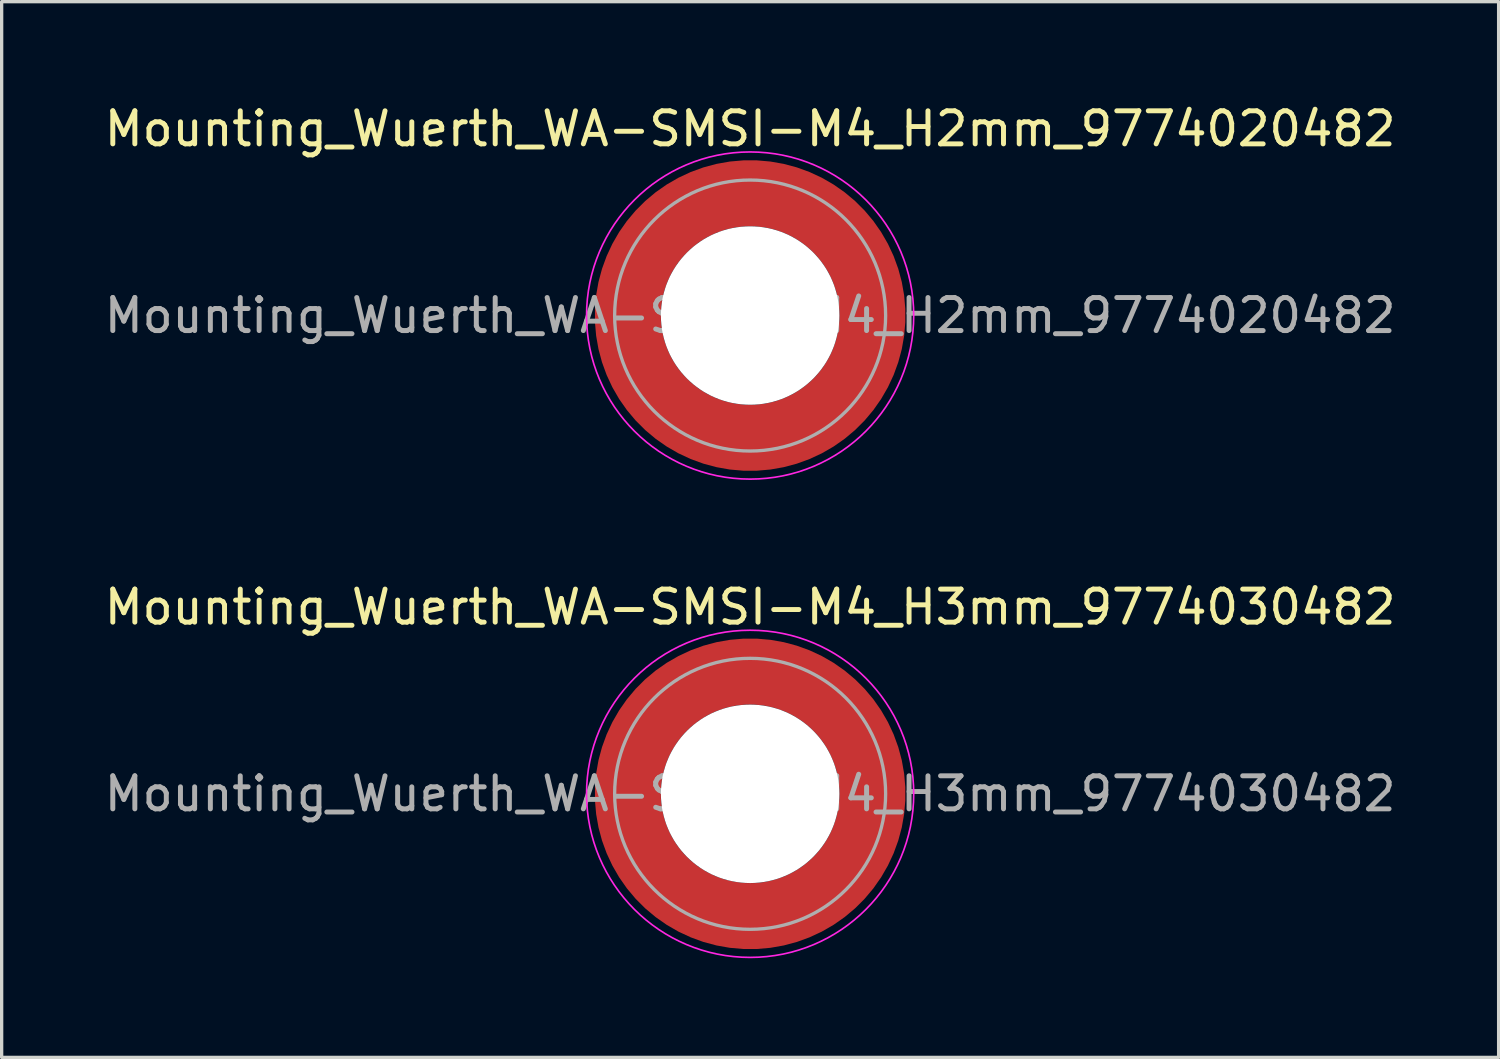
<source format=kicad_pcb>
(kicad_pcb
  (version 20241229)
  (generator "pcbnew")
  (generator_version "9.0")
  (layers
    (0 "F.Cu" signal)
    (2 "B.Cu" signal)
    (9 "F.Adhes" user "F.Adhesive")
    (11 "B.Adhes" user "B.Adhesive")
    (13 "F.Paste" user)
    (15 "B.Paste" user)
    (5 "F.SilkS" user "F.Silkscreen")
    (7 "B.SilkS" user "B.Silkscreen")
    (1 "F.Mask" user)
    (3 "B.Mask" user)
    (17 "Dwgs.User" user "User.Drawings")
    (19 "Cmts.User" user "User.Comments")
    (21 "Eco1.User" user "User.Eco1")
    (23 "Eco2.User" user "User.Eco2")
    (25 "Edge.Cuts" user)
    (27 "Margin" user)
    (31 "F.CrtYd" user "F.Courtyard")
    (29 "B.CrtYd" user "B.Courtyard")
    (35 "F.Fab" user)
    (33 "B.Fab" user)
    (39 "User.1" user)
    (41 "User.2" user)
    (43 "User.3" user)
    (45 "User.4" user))
  (footprint "Mounting_Wuerth_WA-SMSI-M4_H2mm_9774020482"
    (layer "F.Cu")
    (at 19.649 6.498)
    (property "Reference" "Mounting_Wuerth_WA-SMSI-M4_H2mm_9774020482" (at 0 -5.65 0) (layer "F.SilkS") (effects (font (size 1 1) (thickness 0.15))))
    (attr smd allow_soldermask_bridges)
    (fp_circle (center 0 0) (end 4.95 0) (stroke (width 0.05) (type solid)) (fill no) (layer "F.CrtYd"))
    (fp_circle (center 0 0) (end 4.1 0) (stroke (width 0.1) (type solid)) (fill no) (layer "F.Fab"))
    (fp_text user "${REFERENCE}" (at 0 0 0) (layer "F.Fab") (effects (font (size 1 1) (thickness 0.15))))
    (pad "" smd custom (at -2.607 -2.607) (size 0.948 0.948) (layers "F.Paste") (options (anchor circle)) (primitives (gr_arc (start -0.188183 2.107456) (mid 0.599273 0.599273) (end 2.107456 -0.188183) (width 0.2)) (gr_arc (start -0.289416 2.107456) (mid 0.52877 0.52877) (end 2.107456 -0.289416) (width 0.2)) (gr_arc (start -0.390547 2.107456) (mid 0.458268 0.458268) (end 2.107456 -0.390547) (width 0.2)) (gr_arc (start -0.491585 2.107456) (mid 0.387765 0.387765) (end 2.107456 -0.491585) (width 0.2)) (gr_arc (start -0.59254 2.107456) (mid 0.317262 0.317262) (end 2.107456 -0.59254) (width 0.2)) (gr_arc (start -0.693419 2.107456) (mid 0.246759 0.246759) (end 2.107456 -0.693419) (width 0.2)) (gr_arc (start -0.794229 2.107456) (mid 0.176257 0.176257) (end 2.107456 -0.794229) (width 0.2)) (gr_arc (start -0.894975 2.107456) (mid 0.105754 0.105754) (end 2.107456 -0.894975) (width 0.2)) (gr_arc (start -0.995664 2.107456) (mid 0.035251 0.035251) (end 2.107456 -0.995664) (width 0.2)) (gr_arc (start -1.0963 2.107456) (mid -0.035251 -0.035251) (end 2.107456 -1.0963) (width 0.2)) (gr_arc (start -1.196886 2.107456) (mid -0.105754 -0.105754) (end 2.107456 -1.196886) (width 0.2)) (gr_arc (start -1.297427 2.107456) (mid -0.176257 -0.176257) (end 2.107456 -1.297427) (width 0.2)) (gr_arc (start -1.397927 2.107456) (mid -0.246759 -0.246759) (end 2.107456 -1.397927) (width 0.2)) (gr_arc (start -1.498388 2.107456) (mid -0.317262 -0.317262) (end 2.107456 -1.498388) (width 0.2)) (gr_arc (start -1.598813 2.107456) (mid -0.387765 -0.387765) (end 2.107456 -1.598813) (width 0.2)) (gr_arc (start -1.699204 2.107456) (mid -0.458268 -0.458268) (end 2.107456 -1.699204) (width 0.2)) (gr_arc (start -1.799565 2.107456) (mid -0.52877 -0.52877) (end 2.107456 -1.799565) (width 0.2)) (gr_arc (start -1.899896 2.107456) (mid -0.599273 -0.599273) (end 2.107456 -1.899896) (width 0.2)) (gr_arc (start -1.899896 2.107456) (mid -0.599273 -0.599273) (end 2.107456 -1.899896) (width 0.2)) (gr_line (start 2.107 -0.188) (end 2.107 -1.9) (width 0.2)) (gr_line (start -0.188 2.107) (end -1.9 2.107) (width 0.2))))
    (pad "" smd custom (at -2.607 2.607) (size 0.948 0.948) (layers "F.Paste") (options (anchor circle)) (primitives (gr_arc (start 2.107456 0.188183) (mid 0.599273 -0.599273) (end -0.188183 -2.107456) (width 0.2)) (gr_arc (start 2.107456 0.289416) (mid 0.52877 -0.52877) (end -0.289416 -2.107456) (width 0.2)) (gr_arc (start 2.107456 0.390547) (mid 0.458268 -0.458268) (end -0.390547 -2.107456) (width 0.2)) (gr_arc (start 2.107456 0.491585) (mid 0.387765 -0.387765) (end -0.491585 -2.107456) (width 0.2)) (gr_arc (start 2.107456 0.59254) (mid 0.317262 -0.317262) (end -0.59254 -2.107456) (width 0.2)) (gr_arc (start 2.107456 0.693419) (mid 0.246759 -0.246759) (end -0.693419 -2.107456) (width 0.2)) (gr_arc (start 2.107456 0.794229) (mid 0.176257 -0.176257) (end -0.794229 -2.107456) (width 0.2)) (gr_arc (start 2.107456 0.894975) (mid 0.105754 -0.105754) (end -0.894975 -2.107456) (width 0.2)) (gr_arc (start 2.107456 0.995664) (mid 0.035251 -0.035251) (end -0.995664 -2.107456) (width 0.2)) (gr_arc (start 2.107456 1.0963) (mid -0.035251 0.035251) (end -1.0963 -2.107456) (width 0.2)) (gr_arc (start 2.107456 1.196886) (mid -0.105754 0.105754) (end -1.196886 -2.107456) (width 0.2)) (gr_arc (start 2.107456 1.297427) (mid -0.176257 0.176257) (end -1.297427 -2.107456) (width 0.2)) (gr_arc (start 2.107456 1.397927) (mid -0.246759 0.246759) (end -1.397927 -2.107456) (width 0.2)) (gr_arc (start 2.107456 1.498388) (mid -0.317262 0.317262) (end -1.498388 -2.107456) (width 0.2)) (gr_arc (start 2.107456 1.598813) (mid -0.387765 0.387765) (end -1.598813 -2.107456) (width 0.2)) (gr_arc (start 2.107456 1.699204) (mid -0.458268 0.458268) (end -1.699204 -2.107456) (width 0.2)) (gr_arc (start 2.107456 1.799565) (mid -0.52877 0.52877) (end -1.799565 -2.107456) (width 0.2)) (gr_arc (start 2.107456 1.899896) (mid -0.599273 0.599273) (end -1.899896 -2.107456) (width 0.2)) (gr_arc (start 2.107456 1.899896) (mid -0.599273 0.599273) (end -1.899896 -2.107456) (width 0.2)) (gr_line (start -0.188 -2.107) (end -1.9 -2.107) (width 0.2)) (gr_line (start 2.107 0.188) (end 2.107 1.9) (width 0.2))))
    (pad "" np_thru_hole circle (at 0 0) (size 5.4 5.4) (drill 5.4) (layers "*.Cu" "*.Mask"))
    (pad "" smd custom (at 2.607 -2.607) (size 0.948 0.948) (layers "F.Paste") (options (anchor circle)) (primitives (gr_arc (start -2.107456 -0.188183) (mid -0.599273 0.599273) (end 0.188183 2.107456) (width 0.2)) (gr_arc (start -2.107456 -0.289416) (mid -0.52877 0.52877) (end 0.289416 2.107456) (width 0.2)) (gr_arc (start -2.107456 -0.390547) (mid -0.458268 0.458268) (end 0.390547 2.107456) (width 0.2)) (gr_arc (start -2.107456 -0.491585) (mid -0.387765 0.387765) (end 0.491585 2.107456) (width 0.2)) (gr_arc (start -2.107456 -0.59254) (mid -0.317262 0.317262) (end 0.59254 2.107456) (width 0.2)) (gr_arc (start -2.107456 -0.693419) (mid -0.246759 0.246759) (end 0.693419 2.107456) (width 0.2)) (gr_arc (start -2.107456 -0.794229) (mid -0.176257 0.176257) (end 0.794229 2.107456) (width 0.2)) (gr_arc (start -2.107456 -0.894975) (mid -0.105754 0.105754) (end 0.894975 2.107456) (width 0.2)) (gr_arc (start -2.107456 -0.995664) (mid -0.035251 0.035251) (end 0.995664 2.107456) (width 0.2)) (gr_arc (start -2.107456 -1.0963) (mid 0.035251 -0.035251) (end 1.0963 2.107456) (width 0.2)) (gr_arc (start -2.107456 -1.196886) (mid 0.105754 -0.105754) (end 1.196886 2.107456) (width 0.2)) (gr_arc (start -2.107456 -1.297427) (mid 0.176257 -0.176257) (end 1.297427 2.107456) (width 0.2)) (gr_arc (start -2.107456 -1.397927) (mid 0.246759 -0.246759) (end 1.397927 2.107456) (width 0.2)) (gr_arc (start -2.107456 -1.498388) (mid 0.317262 -0.317262) (end 1.498388 2.107456) (width 0.2)) (gr_arc (start -2.107456 -1.598813) (mid 0.387765 -0.387765) (end 1.598813 2.107456) (width 0.2)) (gr_arc (start -2.107456 -1.699204) (mid 0.458268 -0.458268) (end 1.699204 2.107456) (width 0.2)) (gr_arc (start -2.107456 -1.799565) (mid 0.52877 -0.52877) (end 1.799565 2.107456) (width 0.2)) (gr_arc (start -2.107456 -1.899896) (mid 0.599273 -0.599273) (end 1.899896 2.107456) (width 0.2)) (gr_arc (start -2.107456 -1.899896) (mid 0.599273 -0.599273) (end 1.899896 2.107456) (width 0.2)) (gr_line (start 0.188 2.107) (end 1.9 2.107) (width 0.2)) (gr_line (start -2.107 -0.188) (end -2.107 -1.9) (width 0.2))))
    (pad "" smd custom (at 2.607 2.607) (size 0.948 0.948) (layers "F.Paste") (options (anchor circle)) (primitives (gr_arc (start 0.188183 -2.107456) (mid -0.599273 -0.599273) (end -2.107456 0.188183) (width 0.2)) (gr_arc (start 0.289416 -2.107456) (mid -0.52877 -0.52877) (end -2.107456 0.289416) (width 0.2)) (gr_arc (start 0.390547 -2.107456) (mid -0.458268 -0.458268) (end -2.107456 0.390547) (width 0.2)) (gr_arc (start 0.491585 -2.107456) (mid -0.387765 -0.387765) (end -2.107456 0.491585) (width 0.2)) (gr_arc (start 0.59254 -2.107456) (mid -0.317262 -0.317262) (end -2.107456 0.59254) (width 0.2)) (gr_arc (start 0.693419 -2.107456) (mid -0.246759 -0.246759) (end -2.107456 0.693419) (width 0.2)) (gr_arc (start 0.794229 -2.107456) (mid -0.176257 -0.176257) (end -2.107456 0.794229) (width 0.2)) (gr_arc (start 0.894975 -2.107456) (mid -0.105754 -0.105754) (end -2.107456 0.894975) (width 0.2)) (gr_arc (start 0.995664 -2.107456) (mid -0.035251 -0.035251) (end -2.107456 0.995664) (width 0.2)) (gr_arc (start 1.0963 -2.107456) (mid 0.035251 0.035251) (end -2.107456 1.0963) (width 0.2)) (gr_arc (start 1.196886 -2.107456) (mid 0.105754 0.105754) (end -2.107456 1.196886) (width 0.2)) (gr_arc (start 1.297427 -2.107456) (mid 0.176257 0.176257) (end -2.107456 1.297427) (width 0.2)) (gr_arc (start 1.397927 -2.107456) (mid 0.246759 0.246759) (end -2.107456 1.397927) (width 0.2)) (gr_arc (start 1.498388 -2.107456) (mid 0.317262 0.317262) (end -2.107456 1.498388) (width 0.2)) (gr_arc (start 1.598813 -2.107456) (mid 0.387765 0.387765) (end -2.107456 1.598813) (width 0.2)) (gr_arc (start 1.699204 -2.107456) (mid 0.458268 0.458268) (end -2.107456 1.699204) (width 0.2)) (gr_arc (start 1.799565 -2.107456) (mid 0.52877 0.52877) (end -2.107456 1.799565) (width 0.2)) (gr_arc (start 1.899896 -2.107456) (mid 0.599273 0.599273) (end -2.107456 1.899896) (width 0.2)) (gr_arc (start 1.899896 -2.107456) (mid 0.599273 0.599273) (end -2.107456 1.899896) (width 0.2)) (gr_line (start -2.107 0.188) (end -2.107 1.9) (width 0.2)) (gr_line (start 0.188 -2.107) (end 1.9 -2.107) (width 0.2))))
    (pad "1" smd circle (at -3.7 0) (size 1.492 1.492) (layers "F.Cu"))
    (pad "1" smd circle (at 0 -3.7) (size 1.492 1.492) (layers "F.Cu"))
    (pad "1" smd circle (at 0 3.7) (size 1.492 1.492) (layers "F.Cu"))
    (pad "1" smd custom (at 3.7 0) (size 2 2) (layers "F.Cu" "F.Mask") (options (anchor circle)) (primitives (gr_circle (center -3.7 0) (end 0 0) (width 2) (fill no)))))
  (footprint "Mounting_Wuerth_WA-SMSI-M4_H3mm_9774030482"
    (layer "F.Cu")
    (at 19.649 20.971)
    (property "Reference" "Mounting_Wuerth_WA-SMSI-M4_H3mm_9774030482" (at 0 -5.65 0) (layer "F.SilkS") (effects (font (size 1 1) (thickness 0.15))))
    (attr smd allow_soldermask_bridges)
    (fp_circle (center 0 0) (end 4.95 0) (stroke (width 0.05) (type solid)) (fill no) (layer "F.CrtYd"))
    (fp_circle (center 0 0) (end 4.1 0) (stroke (width 0.1) (type solid)) (fill no) (layer "F.Fab"))
    (fp_text user "${REFERENCE}" (at 0 0 0) (layer "F.Fab") (effects (font (size 1 1) (thickness 0.15))))
    (pad "" smd custom (at -2.607 -2.607) (size 0.948 0.948) (layers "F.Paste") (options (anchor circle)) (primitives (gr_arc (start -0.188183 2.107456) (mid 0.599273 0.599273) (end 2.107456 -0.188183) (width 0.2)) (gr_arc (start -0.289416 2.107456) (mid 0.52877 0.52877) (end 2.107456 -0.289416) (width 0.2)) (gr_arc (start -0.390547 2.107456) (mid 0.458268 0.458268) (end 2.107456 -0.390547) (width 0.2)) (gr_arc (start -0.491585 2.107456) (mid 0.387765 0.387765) (end 2.107456 -0.491585) (width 0.2)) (gr_arc (start -0.59254 2.107456) (mid 0.317262 0.317262) (end 2.107456 -0.59254) (width 0.2)) (gr_arc (start -0.693419 2.107456) (mid 0.246759 0.246759) (end 2.107456 -0.693419) (width 0.2)) (gr_arc (start -0.794229 2.107456) (mid 0.176257 0.176257) (end 2.107456 -0.794229) (width 0.2)) (gr_arc (start -0.894975 2.107456) (mid 0.105754 0.105754) (end 2.107456 -0.894975) (width 0.2)) (gr_arc (start -0.995664 2.107456) (mid 0.035251 0.035251) (end 2.107456 -0.995664) (width 0.2)) (gr_arc (start -1.0963 2.107456) (mid -0.035251 -0.035251) (end 2.107456 -1.0963) (width 0.2)) (gr_arc (start -1.196886 2.107456) (mid -0.105754 -0.105754) (end 2.107456 -1.196886) (width 0.2)) (gr_arc (start -1.297427 2.107456) (mid -0.176257 -0.176257) (end 2.107456 -1.297427) (width 0.2)) (gr_arc (start -1.397927 2.107456) (mid -0.246759 -0.246759) (end 2.107456 -1.397927) (width 0.2)) (gr_arc (start -1.498388 2.107456) (mid -0.317262 -0.317262) (end 2.107456 -1.498388) (width 0.2)) (gr_arc (start -1.598813 2.107456) (mid -0.387765 -0.387765) (end 2.107456 -1.598813) (width 0.2)) (gr_arc (start -1.699204 2.107456) (mid -0.458268 -0.458268) (end 2.107456 -1.699204) (width 0.2)) (gr_arc (start -1.799565 2.107456) (mid -0.52877 -0.52877) (end 2.107456 -1.799565) (width 0.2)) (gr_arc (start -1.899896 2.107456) (mid -0.599273 -0.599273) (end 2.107456 -1.899896) (width 0.2)) (gr_arc (start -1.899896 2.107456) (mid -0.599273 -0.599273) (end 2.107456 -1.899896) (width 0.2)) (gr_line (start 2.107 -0.188) (end 2.107 -1.9) (width 0.2)) (gr_line (start -0.188 2.107) (end -1.9 2.107) (width 0.2))))
    (pad "" smd custom (at -2.607 2.607) (size 0.948 0.948) (layers "F.Paste") (options (anchor circle)) (primitives (gr_arc (start 2.107456 0.188183) (mid 0.599273 -0.599273) (end -0.188183 -2.107456) (width 0.2)) (gr_arc (start 2.107456 0.289416) (mid 0.52877 -0.52877) (end -0.289416 -2.107456) (width 0.2)) (gr_arc (start 2.107456 0.390547) (mid 0.458268 -0.458268) (end -0.390547 -2.107456) (width 0.2)) (gr_arc (start 2.107456 0.491585) (mid 0.387765 -0.387765) (end -0.491585 -2.107456) (width 0.2)) (gr_arc (start 2.107456 0.59254) (mid 0.317262 -0.317262) (end -0.59254 -2.107456) (width 0.2)) (gr_arc (start 2.107456 0.693419) (mid 0.246759 -0.246759) (end -0.693419 -2.107456) (width 0.2)) (gr_arc (start 2.107456 0.794229) (mid 0.176257 -0.176257) (end -0.794229 -2.107456) (width 0.2)) (gr_arc (start 2.107456 0.894975) (mid 0.105754 -0.105754) (end -0.894975 -2.107456) (width 0.2)) (gr_arc (start 2.107456 0.995664) (mid 0.035251 -0.035251) (end -0.995664 -2.107456) (width 0.2)) (gr_arc (start 2.107456 1.0963) (mid -0.035251 0.035251) (end -1.0963 -2.107456) (width 0.2)) (gr_arc (start 2.107456 1.196886) (mid -0.105754 0.105754) (end -1.196886 -2.107456) (width 0.2)) (gr_arc (start 2.107456 1.297427) (mid -0.176257 0.176257) (end -1.297427 -2.107456) (width 0.2)) (gr_arc (start 2.107456 1.397927) (mid -0.246759 0.246759) (end -1.397927 -2.107456) (width 0.2)) (gr_arc (start 2.107456 1.498388) (mid -0.317262 0.317262) (end -1.498388 -2.107456) (width 0.2)) (gr_arc (start 2.107456 1.598813) (mid -0.387765 0.387765) (end -1.598813 -2.107456) (width 0.2)) (gr_arc (start 2.107456 1.699204) (mid -0.458268 0.458268) (end -1.699204 -2.107456) (width 0.2)) (gr_arc (start 2.107456 1.799565) (mid -0.52877 0.52877) (end -1.799565 -2.107456) (width 0.2)) (gr_arc (start 2.107456 1.899896) (mid -0.599273 0.599273) (end -1.899896 -2.107456) (width 0.2)) (gr_arc (start 2.107456 1.899896) (mid -0.599273 0.599273) (end -1.899896 -2.107456) (width 0.2)) (gr_line (start -0.188 -2.107) (end -1.9 -2.107) (width 0.2)) (gr_line (start 2.107 0.188) (end 2.107 1.9) (width 0.2))))
    (pad "" np_thru_hole circle (at 0 0) (size 5.4 5.4) (drill 5.4) (layers "*.Cu" "*.Mask"))
    (pad "" smd custom (at 2.607 -2.607) (size 0.948 0.948) (layers "F.Paste") (options (anchor circle)) (primitives (gr_arc (start -2.107456 -0.188183) (mid -0.599273 0.599273) (end 0.188183 2.107456) (width 0.2)) (gr_arc (start -2.107456 -0.289416) (mid -0.52877 0.52877) (end 0.289416 2.107456) (width 0.2)) (gr_arc (start -2.107456 -0.390547) (mid -0.458268 0.458268) (end 0.390547 2.107456) (width 0.2)) (gr_arc (start -2.107456 -0.491585) (mid -0.387765 0.387765) (end 0.491585 2.107456) (width 0.2)) (gr_arc (start -2.107456 -0.59254) (mid -0.317262 0.317262) (end 0.59254 2.107456) (width 0.2)) (gr_arc (start -2.107456 -0.693419) (mid -0.246759 0.246759) (end 0.693419 2.107456) (width 0.2)) (gr_arc (start -2.107456 -0.794229) (mid -0.176257 0.176257) (end 0.794229 2.107456) (width 0.2)) (gr_arc (start -2.107456 -0.894975) (mid -0.105754 0.105754) (end 0.894975 2.107456) (width 0.2)) (gr_arc (start -2.107456 -0.995664) (mid -0.035251 0.035251) (end 0.995664 2.107456) (width 0.2)) (gr_arc (start -2.107456 -1.0963) (mid 0.035251 -0.035251) (end 1.0963 2.107456) (width 0.2)) (gr_arc (start -2.107456 -1.196886) (mid 0.105754 -0.105754) (end 1.196886 2.107456) (width 0.2)) (gr_arc (start -2.107456 -1.297427) (mid 0.176257 -0.176257) (end 1.297427 2.107456) (width 0.2)) (gr_arc (start -2.107456 -1.397927) (mid 0.246759 -0.246759) (end 1.397927 2.107456) (width 0.2)) (gr_arc (start -2.107456 -1.498388) (mid 0.317262 -0.317262) (end 1.498388 2.107456) (width 0.2)) (gr_arc (start -2.107456 -1.598813) (mid 0.387765 -0.387765) (end 1.598813 2.107456) (width 0.2)) (gr_arc (start -2.107456 -1.699204) (mid 0.458268 -0.458268) (end 1.699204 2.107456) (width 0.2)) (gr_arc (start -2.107456 -1.799565) (mid 0.52877 -0.52877) (end 1.799565 2.107456) (width 0.2)) (gr_arc (start -2.107456 -1.899896) (mid 0.599273 -0.599273) (end 1.899896 2.107456) (width 0.2)) (gr_arc (start -2.107456 -1.899896) (mid 0.599273 -0.599273) (end 1.899896 2.107456) (width 0.2)) (gr_line (start 0.188 2.107) (end 1.9 2.107) (width 0.2)) (gr_line (start -2.107 -0.188) (end -2.107 -1.9) (width 0.2))))
    (pad "" smd custom (at 2.607 2.607) (size 0.948 0.948) (layers "F.Paste") (options (anchor circle)) (primitives (gr_arc (start 0.188183 -2.107456) (mid -0.599273 -0.599273) (end -2.107456 0.188183) (width 0.2)) (gr_arc (start 0.289416 -2.107456) (mid -0.52877 -0.52877) (end -2.107456 0.289416) (width 0.2)) (gr_arc (start 0.390547 -2.107456) (mid -0.458268 -0.458268) (end -2.107456 0.390547) (width 0.2)) (gr_arc (start 0.491585 -2.107456) (mid -0.387765 -0.387765) (end -2.107456 0.491585) (width 0.2)) (gr_arc (start 0.59254 -2.107456) (mid -0.317262 -0.317262) (end -2.107456 0.59254) (width 0.2)) (gr_arc (start 0.693419 -2.107456) (mid -0.246759 -0.246759) (end -2.107456 0.693419) (width 0.2)) (gr_arc (start 0.794229 -2.107456) (mid -0.176257 -0.176257) (end -2.107456 0.794229) (width 0.2)) (gr_arc (start 0.894975 -2.107456) (mid -0.105754 -0.105754) (end -2.107456 0.894975) (width 0.2)) (gr_arc (start 0.995664 -2.107456) (mid -0.035251 -0.035251) (end -2.107456 0.995664) (width 0.2)) (gr_arc (start 1.0963 -2.107456) (mid 0.035251 0.035251) (end -2.107456 1.0963) (width 0.2)) (gr_arc (start 1.196886 -2.107456) (mid 0.105754 0.105754) (end -2.107456 1.196886) (width 0.2)) (gr_arc (start 1.297427 -2.107456) (mid 0.176257 0.176257) (end -2.107456 1.297427) (width 0.2)) (gr_arc (start 1.397927 -2.107456) (mid 0.246759 0.246759) (end -2.107456 1.397927) (width 0.2)) (gr_arc (start 1.498388 -2.107456) (mid 0.317262 0.317262) (end -2.107456 1.498388) (width 0.2)) (gr_arc (start 1.598813 -2.107456) (mid 0.387765 0.387765) (end -2.107456 1.598813) (width 0.2)) (gr_arc (start 1.699204 -2.107456) (mid 0.458268 0.458268) (end -2.107456 1.699204) (width 0.2)) (gr_arc (start 1.799565 -2.107456) (mid 0.52877 0.52877) (end -2.107456 1.799565) (width 0.2)) (gr_arc (start 1.899896 -2.107456) (mid 0.599273 0.599273) (end -2.107456 1.899896) (width 0.2)) (gr_arc (start 1.899896 -2.107456) (mid 0.599273 0.599273) (end -2.107456 1.899896) (width 0.2)) (gr_line (start -2.107 0.188) (end -2.107 1.9) (width 0.2)) (gr_line (start 0.188 -2.107) (end 1.9 -2.107) (width 0.2))))
    (pad "1" smd circle (at -3.7 0) (size 1.492 1.492) (layers "F.Cu"))
    (pad "1" smd circle (at 0 -3.7) (size 1.492 1.492) (layers "F.Cu"))
    (pad "1" smd circle (at 0 3.7) (size 1.492 1.492) (layers "F.Cu"))
    (pad "1" smd custom (at 3.7 0) (size 2 2) (layers "F.Cu" "F.Mask") (options (anchor circle)) (primitives (gr_circle (center -3.7 0) (end 0 0) (width 2) (fill no)))))
  (gr_rect
    (start -3 -3)
    (end 42.298 28.947)
    (stroke (width 0.1) (type default))
    (fill no)
    (layer "Edge.Cuts")))
</source>
